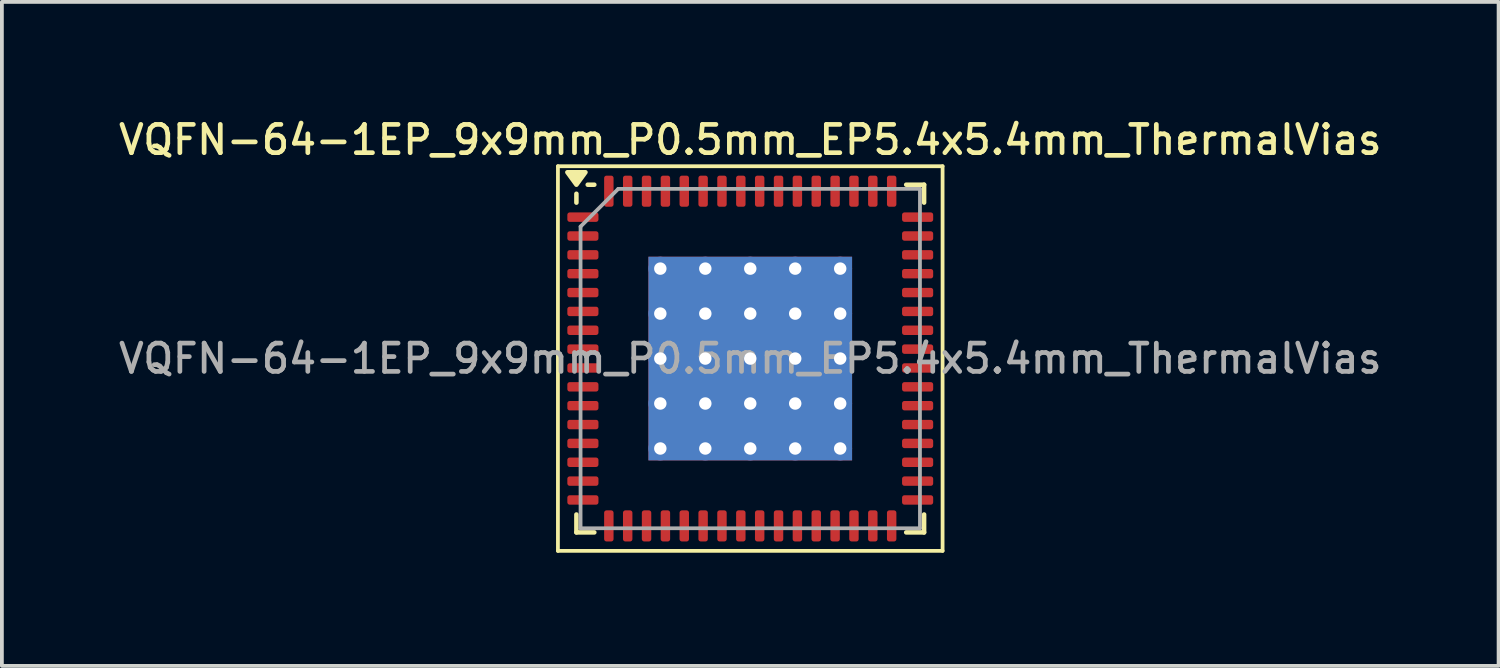
<source format=kicad_pcb>
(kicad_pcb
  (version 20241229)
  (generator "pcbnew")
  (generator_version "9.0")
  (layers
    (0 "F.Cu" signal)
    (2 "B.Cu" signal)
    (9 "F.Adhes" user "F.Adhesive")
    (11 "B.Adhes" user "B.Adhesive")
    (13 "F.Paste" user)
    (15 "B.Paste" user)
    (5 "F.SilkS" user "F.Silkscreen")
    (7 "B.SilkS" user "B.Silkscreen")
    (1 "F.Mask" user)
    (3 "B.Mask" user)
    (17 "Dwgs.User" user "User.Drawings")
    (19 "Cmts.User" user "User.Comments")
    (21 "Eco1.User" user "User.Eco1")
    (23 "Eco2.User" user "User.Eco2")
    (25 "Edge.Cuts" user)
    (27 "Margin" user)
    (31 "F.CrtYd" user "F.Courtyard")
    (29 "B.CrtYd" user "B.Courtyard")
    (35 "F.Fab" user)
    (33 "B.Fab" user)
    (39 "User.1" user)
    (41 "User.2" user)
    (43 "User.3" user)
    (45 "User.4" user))
  (footprint "VQFN-64-1EP_9x9mm_P0.5mm_EP5.4x5.4mm_ThermalVias"
    (layer "F.Cu")
    (at 16.845 6.458)
    (property "Reference" "VQFN-64-1EP_9x9mm_P0.5mm_EP5.4x5.4mm_ThermalVias" (at 0 -5.8 0) (layer "F.SilkS") (effects (font (size 0.75 0.75) (thickness 0.125))))
    (attr smd)
    (fp_line (start -5.1 -5.1) (end -5.1 5.1) (stroke (width 0.1) (type solid)) (layer "F.SilkS"))
    (fp_line (start -5.1 5.1) (end 5.1 5.1) (stroke (width 0.1) (type solid)) (layer "F.SilkS"))
    (fp_line (start -4.61 -4.135) (end -4.61 -4.37) (stroke (width 0.12) (type solid)) (layer "F.SilkS"))
    (fp_line (start -4.61 4.61) (end -4.61 4.135) (stroke (width 0.12) (type solid)) (layer "F.SilkS"))
    (fp_line (start -4.135 -4.61) (end -4.31 -4.61) (stroke (width 0.12) (type solid)) (layer "F.SilkS"))
    (fp_line (start -4.135 4.61) (end -4.61 4.61) (stroke (width 0.12) (type solid)) (layer "F.SilkS"))
    (fp_line (start 4.135 -4.61) (end 4.61 -4.61) (stroke (width 0.12) (type solid)) (layer "F.SilkS"))
    (fp_line (start 4.135 4.61) (end 4.61 4.61) (stroke (width 0.12) (type solid)) (layer "F.SilkS"))
    (fp_line (start 4.61 -4.61) (end 4.61 -4.135) (stroke (width 0.12) (type solid)) (layer "F.SilkS"))
    (fp_line (start 4.61 4.61) (end 4.61 4.135) (stroke (width 0.12) (type solid)) (layer "F.SilkS"))
    (fp_line (start 5.1 -5.1) (end -5.1 -5.1) (stroke (width 0.1) (type solid)) (layer "F.SilkS"))
    (fp_line (start 5.1 5.1) (end 5.1 -5.1) (stroke (width 0.1) (type solid)) (layer "F.SilkS"))
    (fp_poly (pts (xy -4.61 -4.61) (xy -4.85 -4.94) (xy -4.37 -4.94) (xy -4.61 -4.61)) (stroke (width 0.12) (type solid)) (fill yes) (layer "F.SilkS"))
    (fp_line (start -4.5 -3.5) (end -3.5 -4.5) (stroke (width 0.1) (type solid)) (layer "F.Fab"))
    (fp_line (start -4.5 4.5) (end -4.5 -3.5) (stroke (width 0.1) (type solid)) (layer "F.Fab"))
    (fp_line (start -3.5 -4.5) (end 4.5 -4.5) (stroke (width 0.1) (type solid)) (layer "F.Fab"))
    (fp_line (start 4.5 -4.5) (end 4.5 4.5) (stroke (width 0.1) (type solid)) (layer "F.Fab"))
    (fp_line (start 4.5 4.5) (end -4.5 4.5) (stroke (width 0.1) (type solid)) (layer "F.Fab"))
    (fp_text user "${REFERENCE}" (at 0 0 0) (layer "F.Fab") (effects (font (size 0.75 0.75) (thickness 0.125))))
    (pad "" smd roundrect (at -1.8 -1.8) (size 1.45 1.45) (layers "F.Paste") (roundrect_rratio 0.172))
    (pad "" smd roundrect (at -1.8 0) (size 1.45 1.45) (layers "F.Paste") (roundrect_rratio 0.172))
    (pad "" smd roundrect (at -1.8 1.8) (size 1.45 1.45) (layers "F.Paste") (roundrect_rratio 0.172))
    (pad "" smd roundrect (at 0 -1.8) (size 1.45 1.45) (layers "F.Paste") (roundrect_rratio 0.172))
    (pad "" smd roundrect (at 0 0) (size 1.45 1.45) (layers "F.Paste") (roundrect_rratio 0.172))
    (pad "" smd roundrect (at 0 1.8) (size 1.45 1.45) (layers "F.Paste") (roundrect_rratio 0.172))
    (pad "" smd roundrect (at 1.8 -1.8) (size 1.45 1.45) (layers "F.Paste") (roundrect_rratio 0.172))
    (pad "" smd roundrect (at 1.8 0) (size 1.45 1.45) (layers "F.Paste") (roundrect_rratio 0.172))
    (pad "" smd roundrect (at 1.8 1.8) (size 1.45 1.45) (layers "F.Paste") (roundrect_rratio 0.172))
    (pad "1" smd roundrect (at -4.438 -3.75) (size 0.825 0.25) (layers "F.Cu" "F.Mask" "F.Paste") (roundrect_rratio 0.25))
    (pad "2" smd roundrect (at -4.438 -3.25) (size 0.825 0.25) (layers "F.Cu" "F.Mask" "F.Paste") (roundrect_rratio 0.25))
    (pad "3" smd roundrect (at -4.438 -2.75) (size 0.825 0.25) (layers "F.Cu" "F.Mask" "F.Paste") (roundrect_rratio 0.25))
    (pad "4" smd roundrect (at -4.438 -2.25) (size 0.825 0.25) (layers "F.Cu" "F.Mask" "F.Paste") (roundrect_rratio 0.25))
    (pad "5" smd roundrect (at -4.438 -1.75) (size 0.825 0.25) (layers "F.Cu" "F.Mask" "F.Paste") (roundrect_rratio 0.25))
    (pad "6" smd roundrect (at -4.438 -1.25) (size 0.825 0.25) (layers "F.Cu" "F.Mask" "F.Paste") (roundrect_rratio 0.25))
    (pad "7" smd roundrect (at -4.438 -0.75) (size 0.825 0.25) (layers "F.Cu" "F.Mask" "F.Paste") (roundrect_rratio 0.25))
    (pad "8" smd roundrect (at -4.438 -0.25) (size 0.825 0.25) (layers "F.Cu" "F.Mask" "F.Paste") (roundrect_rratio 0.25))
    (pad "9" smd roundrect (at -4.438 0.25) (size 0.825 0.25) (layers "F.Cu" "F.Mask" "F.Paste") (roundrect_rratio 0.25))
    (pad "10" smd roundrect (at -4.438 0.75) (size 0.825 0.25) (layers "F.Cu" "F.Mask" "F.Paste") (roundrect_rratio 0.25))
    (pad "11" smd roundrect (at -4.438 1.25) (size 0.825 0.25) (layers "F.Cu" "F.Mask" "F.Paste") (roundrect_rratio 0.25))
    (pad "12" smd roundrect (at -4.438 1.75) (size 0.825 0.25) (layers "F.Cu" "F.Mask" "F.Paste") (roundrect_rratio 0.25))
    (pad "13" smd roundrect (at -4.438 2.25) (size 0.825 0.25) (layers "F.Cu" "F.Mask" "F.Paste") (roundrect_rratio 0.25))
    (pad "14" smd roundrect (at -4.438 2.75) (size 0.825 0.25) (layers "F.Cu" "F.Mask" "F.Paste") (roundrect_rratio 0.25))
    (pad "15" smd roundrect (at -4.438 3.25) (size 0.825 0.25) (layers "F.Cu" "F.Mask" "F.Paste") (roundrect_rratio 0.25))
    (pad "16" smd roundrect (at -4.438 3.75) (size 0.825 0.25) (layers "F.Cu" "F.Mask" "F.Paste") (roundrect_rratio 0.25))
    (pad "17" smd roundrect (at -3.75 4.438) (size 0.25 0.825) (layers "F.Cu" "F.Mask" "F.Paste") (roundrect_rratio 0.25))
    (pad "18" smd roundrect (at -3.25 4.438) (size 0.25 0.825) (layers "F.Cu" "F.Mask" "F.Paste") (roundrect_rratio 0.25))
    (pad "19" smd roundrect (at -2.75 4.438) (size 0.25 0.825) (layers "F.Cu" "F.Mask" "F.Paste") (roundrect_rratio 0.25))
    (pad "20" smd roundrect (at -2.25 4.438) (size 0.25 0.825) (layers "F.Cu" "F.Mask" "F.Paste") (roundrect_rratio 0.25))
    (pad "21" smd roundrect (at -1.75 4.438) (size 0.25 0.825) (layers "F.Cu" "F.Mask" "F.Paste") (roundrect_rratio 0.25))
    (pad "22" smd roundrect (at -1.25 4.438) (size 0.25 0.825) (layers "F.Cu" "F.Mask" "F.Paste") (roundrect_rratio 0.25))
    (pad "23" smd roundrect (at -0.75 4.438) (size 0.25 0.825) (layers "F.Cu" "F.Mask" "F.Paste") (roundrect_rratio 0.25))
    (pad "24" smd roundrect (at -0.25 4.438) (size 0.25 0.825) (layers "F.Cu" "F.Mask" "F.Paste") (roundrect_rratio 0.25))
    (pad "25" smd roundrect (at 0.25 4.438) (size 0.25 0.825) (layers "F.Cu" "F.Mask" "F.Paste") (roundrect_rratio 0.25))
    (pad "26" smd roundrect (at 0.75 4.438) (size 0.25 0.825) (layers "F.Cu" "F.Mask" "F.Paste") (roundrect_rratio 0.25))
    (pad "27" smd roundrect (at 1.25 4.438) (size 0.25 0.825) (layers "F.Cu" "F.Mask" "F.Paste") (roundrect_rratio 0.25))
    (pad "28" smd roundrect (at 1.75 4.438) (size 0.25 0.825) (layers "F.Cu" "F.Mask" "F.Paste") (roundrect_rratio 0.25))
    (pad "29" smd roundrect (at 2.25 4.438) (size 0.25 0.825) (layers "F.Cu" "F.Mask" "F.Paste") (roundrect_rratio 0.25))
    (pad "30" smd roundrect (at 2.75 4.438) (size 0.25 0.825) (layers "F.Cu" "F.Mask" "F.Paste") (roundrect_rratio 0.25))
    (pad "31" smd roundrect (at 3.25 4.438) (size 0.25 0.825) (layers "F.Cu" "F.Mask" "F.Paste") (roundrect_rratio 0.25))
    (pad "32" smd roundrect (at 3.75 4.438) (size 0.25 0.825) (layers "F.Cu" "F.Mask" "F.Paste") (roundrect_rratio 0.25))
    (pad "33" smd roundrect (at 4.438 3.75) (size 0.825 0.25) (layers "F.Cu" "F.Mask" "F.Paste") (roundrect_rratio 0.25))
    (pad "34" smd roundrect (at 4.438 3.25) (size 0.825 0.25) (layers "F.Cu" "F.Mask" "F.Paste") (roundrect_rratio 0.25))
    (pad "35" smd roundrect (at 4.438 2.75) (size 0.825 0.25) (layers "F.Cu" "F.Mask" "F.Paste") (roundrect_rratio 0.25))
    (pad "36" smd roundrect (at 4.438 2.25) (size 0.825 0.25) (layers "F.Cu" "F.Mask" "F.Paste") (roundrect_rratio 0.25))
    (pad "37" smd roundrect (at 4.438 1.75) (size 0.825 0.25) (layers "F.Cu" "F.Mask" "F.Paste") (roundrect_rratio 0.25))
    (pad "38" smd roundrect (at 4.438 1.25) (size 0.825 0.25) (layers "F.Cu" "F.Mask" "F.Paste") (roundrect_rratio 0.25))
    (pad "39" smd roundrect (at 4.438 0.75) (size 0.825 0.25) (layers "F.Cu" "F.Mask" "F.Paste") (roundrect_rratio 0.25))
    (pad "40" smd roundrect (at 4.438 0.25) (size 0.825 0.25) (layers "F.Cu" "F.Mask" "F.Paste") (roundrect_rratio 0.25))
    (pad "41" smd roundrect (at 4.438 -0.25) (size 0.825 0.25) (layers "F.Cu" "F.Mask" "F.Paste") (roundrect_rratio 0.25))
    (pad "42" smd roundrect (at 4.438 -0.75) (size 0.825 0.25) (layers "F.Cu" "F.Mask" "F.Paste") (roundrect_rratio 0.25))
    (pad "43" smd roundrect (at 4.438 -1.25) (size 0.825 0.25) (layers "F.Cu" "F.Mask" "F.Paste") (roundrect_rratio 0.25))
    (pad "44" smd roundrect (at 4.438 -1.75) (size 0.825 0.25) (layers "F.Cu" "F.Mask" "F.Paste") (roundrect_rratio 0.25))
    (pad "45" smd roundrect (at 4.438 -2.25) (size 0.825 0.25) (layers "F.Cu" "F.Mask" "F.Paste") (roundrect_rratio 0.25))
    (pad "46" smd roundrect (at 4.438 -2.75) (size 0.825 0.25) (layers "F.Cu" "F.Mask" "F.Paste") (roundrect_rratio 0.25))
    (pad "47" smd roundrect (at 4.438 -3.25) (size 0.825 0.25) (layers "F.Cu" "F.Mask" "F.Paste") (roundrect_rratio 0.25))
    (pad "48" smd roundrect (at 4.438 -3.75) (size 0.825 0.25) (layers "F.Cu" "F.Mask" "F.Paste") (roundrect_rratio 0.25))
    (pad "49" smd roundrect (at 3.75 -4.438) (size 0.25 0.825) (layers "F.Cu" "F.Mask" "F.Paste") (roundrect_rratio 0.25))
    (pad "50" smd roundrect (at 3.25 -4.438) (size 0.25 0.825) (layers "F.Cu" "F.Mask" "F.Paste") (roundrect_rratio 0.25))
    (pad "51" smd roundrect (at 2.75 -4.438) (size 0.25 0.825) (layers "F.Cu" "F.Mask" "F.Paste") (roundrect_rratio 0.25))
    (pad "52" smd roundrect (at 2.25 -4.438) (size 0.25 0.825) (layers "F.Cu" "F.Mask" "F.Paste") (roundrect_rratio 0.25))
    (pad "53" smd roundrect (at 1.75 -4.438) (size 0.25 0.825) (layers "F.Cu" "F.Mask" "F.Paste") (roundrect_rratio 0.25))
    (pad "54" smd roundrect (at 1.25 -4.438) (size 0.25 0.825) (layers "F.Cu" "F.Mask" "F.Paste") (roundrect_rratio 0.25))
    (pad "55" smd roundrect (at 0.75 -4.438) (size 0.25 0.825) (layers "F.Cu" "F.Mask" "F.Paste") (roundrect_rratio 0.25))
    (pad "56" smd roundrect (at 0.25 -4.438) (size 0.25 0.825) (layers "F.Cu" "F.Mask" "F.Paste") (roundrect_rratio 0.25))
    (pad "57" smd roundrect (at -0.25 -4.438) (size 0.25 0.825) (layers "F.Cu" "F.Mask" "F.Paste") (roundrect_rratio 0.25))
    (pad "58" smd roundrect (at -0.75 -4.438) (size 0.25 0.825) (layers "F.Cu" "F.Mask" "F.Paste") (roundrect_rratio 0.25))
    (pad "59" smd roundrect (at -1.25 -4.438) (size 0.25 0.825) (layers "F.Cu" "F.Mask" "F.Paste") (roundrect_rratio 0.25))
    (pad "60" smd roundrect (at -1.75 -4.438) (size 0.25 0.825) (layers "F.Cu" "F.Mask" "F.Paste") (roundrect_rratio 0.25))
    (pad "61" smd roundrect (at -2.25 -4.438) (size 0.25 0.825) (layers "F.Cu" "F.Mask" "F.Paste") (roundrect_rratio 0.25))
    (pad "62" smd roundrect (at -2.75 -4.438) (size 0.25 0.825) (layers "F.Cu" "F.Mask" "F.Paste") (roundrect_rratio 0.25))
    (pad "63" smd roundrect (at -3.25 -4.438) (size 0.25 0.825) (layers "F.Cu" "F.Mask" "F.Paste") (roundrect_rratio 0.25))
    (pad "64" smd roundrect (at -3.75 -4.438) (size 0.25 0.825) (layers "F.Cu" "F.Mask" "F.Paste") (roundrect_rratio 0.25))
    (pad "65" thru_hole circle (at -2.385 -2.385) (size 0.63 0.63) (drill 0.33) (property pad_prop_heatsink) (layers "*.Cu"))
    (pad "65" thru_hole circle (at -2.385 -1.192) (size 0.63 0.63) (drill 0.33) (property pad_prop_heatsink) (layers "*.Cu"))
    (pad "65" thru_hole circle (at -2.385 0) (size 0.63 0.63) (drill 0.33) (property pad_prop_heatsink) (layers "*.Cu"))
    (pad "65" thru_hole circle (at -2.385 1.192) (size 0.63 0.63) (drill 0.33) (property pad_prop_heatsink) (layers "*.Cu"))
    (pad "65" thru_hole circle (at -2.385 2.385) (size 0.63 0.63) (drill 0.33) (property pad_prop_heatsink) (layers "*.Cu"))
    (pad "65" thru_hole circle (at -1.192 -2.385) (size 0.63 0.63) (drill 0.33) (property pad_prop_heatsink) (layers "*.Cu"))
    (pad "65" thru_hole circle (at -1.192 -1.192) (size 0.63 0.63) (drill 0.33) (property pad_prop_heatsink) (layers "*.Cu"))
    (pad "65" thru_hole circle (at -1.192 0) (size 0.63 0.63) (drill 0.33) (property pad_prop_heatsink) (layers "*.Cu"))
    (pad "65" thru_hole circle (at -1.192 1.192) (size 0.63 0.63) (drill 0.33) (property pad_prop_heatsink) (layers "*.Cu"))
    (pad "65" thru_hole circle (at -1.192 2.385) (size 0.63 0.63) (drill 0.33) (property pad_prop_heatsink) (layers "*.Cu"))
    (pad "65" thru_hole circle (at 0 -2.385) (size 0.63 0.63) (drill 0.33) (property pad_prop_heatsink) (layers "*.Cu"))
    (pad "65" thru_hole circle (at 0 -1.192) (size 0.63 0.63) (drill 0.33) (property pad_prop_heatsink) (layers "*.Cu"))
    (pad "65" thru_hole circle (at 0 0) (size 0.63 0.63) (drill 0.33) (property pad_prop_heatsink) (layers "*.Cu"))
    (pad "65" smd rect (at 0 0) (size 5.4 5.4) (property pad_prop_heatsink) (layers "F.Cu" "F.Mask"))
    (pad "65" smd rect (at 0 0) (size 5.4 5.4) (property pad_prop_heatsink) (layers "B.Cu"))
    (pad "65" thru_hole circle (at 0 1.192) (size 0.63 0.63) (drill 0.33) (property pad_prop_heatsink) (layers "*.Cu"))
    (pad "65" thru_hole circle (at 0 2.385) (size 0.63 0.63) (drill 0.33) (property pad_prop_heatsink) (layers "*.Cu"))
    (pad "65" thru_hole circle (at 1.192 -2.385) (size 0.63 0.63) (drill 0.33) (property pad_prop_heatsink) (layers "*.Cu"))
    (pad "65" thru_hole circle (at 1.192 -1.192) (size 0.63 0.63) (drill 0.33) (property pad_prop_heatsink) (layers "*.Cu"))
    (pad "65" thru_hole circle (at 1.192 0) (size 0.63 0.63) (drill 0.33) (property pad_prop_heatsink) (layers "*.Cu"))
    (pad "65" thru_hole circle (at 1.192 1.192) (size 0.63 0.63) (drill 0.33) (property pad_prop_heatsink) (layers "*.Cu"))
    (pad "65" thru_hole circle (at 1.192 2.385) (size 0.63 0.63) (drill 0.33) (property pad_prop_heatsink) (layers "*.Cu"))
    (pad "65" thru_hole circle (at 2.385 -2.385) (size 0.63 0.63) (drill 0.33) (property pad_prop_heatsink) (layers "*.Cu"))
    (pad "65" thru_hole circle (at 2.385 -1.192) (size 0.63 0.63) (drill 0.33) (property pad_prop_heatsink) (layers "*.Cu"))
    (pad "65" thru_hole circle (at 2.385 0) (size 0.63 0.63) (drill 0.33) (property pad_prop_heatsink) (layers "*.Cu"))
    (pad "65" thru_hole circle (at 2.385 1.192) (size 0.63 0.63) (drill 0.33) (property pad_prop_heatsink) (layers "*.Cu"))
    (pad "65" thru_hole circle (at 2.385 2.385) (size 0.63 0.63) (drill 0.33) (property pad_prop_heatsink) (layers "*.Cu")))
  (gr_rect
    (start -3 -3)
    (end 36.689 14.608)
    (stroke (width 0.1) (type default))
    (fill no)
    (layer "Edge.Cuts")))
</source>
